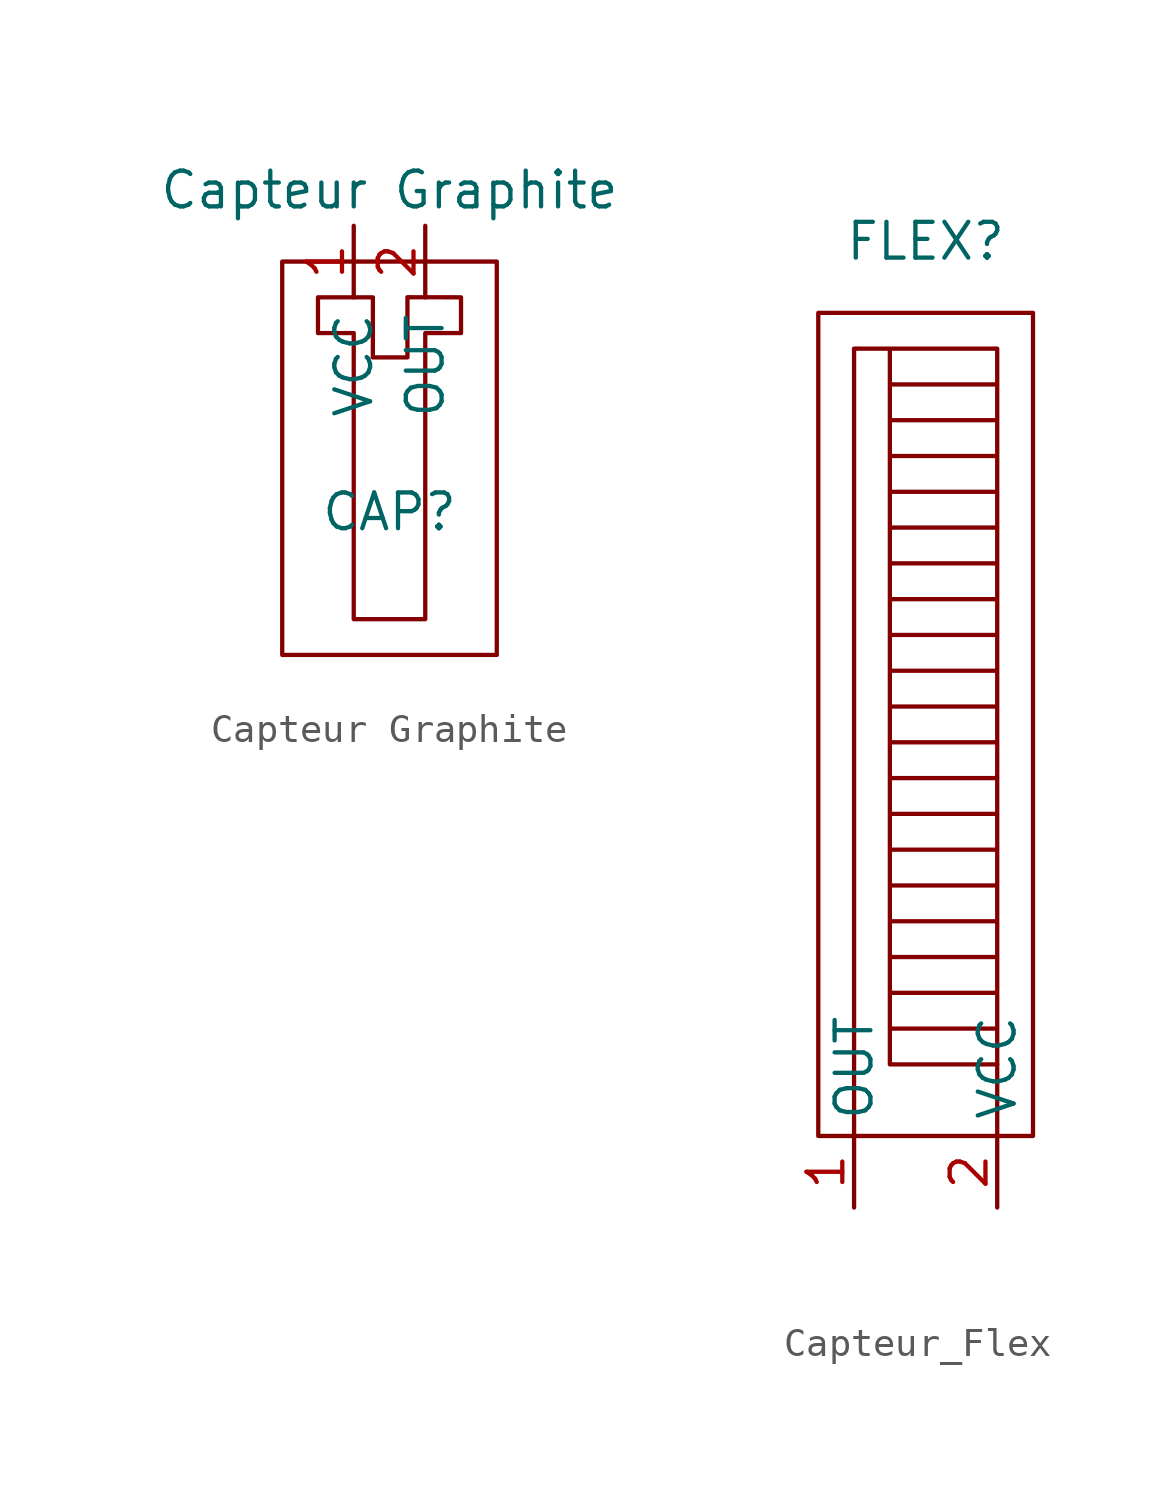
<source format=kicad_sym>
(kicad_symbol_lib
  (version 20220914)
  (generator kicad_symbol_editor)
  (symbol "Capteur Graphite"
    (property "Reference" "CAP"
      (at 0 -11.43 0)
      (effects (font (size 1.27 1.27))))
    (property "Value" "Capteur Graphite"
      (at 0 0 0)
      (effects (font (size 1.27 1.27))))
    (symbol "Capteur Graphite_0_1"
      (polyline (pts (xy -3.81 -2.54) (xy 3.81 -2.54) (xy 3.81 -16.51) (xy -3.81 -16.51) (xy -3.81 -2.54)) (stroke (width 0) (type default)) (fill (type none)))
      (polyline (pts (xy -2.54 -3.81) (xy -2.54 -5.08) (xy -1.27 -5.08) (xy -1.27 -15.24) (xy 1.27 -15.24) (xy 1.27 -5.08) (xy 2.54 -5.08) (xy 2.54 -3.81) (xy 0.637 -3.807) (xy 0.637 -5.944) (xy -0.591 -5.944) (xy -0.59 -3.81) (xy -2.54 -3.81)) (stroke (width 0) (type default)) (fill (type none))))
    (symbol "Capteur Graphite_1_1"
      (pin input line (at -1.27 -1.27 270) (length 2.54) (name "VCC" (effects (font (size 1.27 1.27)))) (number "1" (effects (font (size 1.27 1.27)))))
      (pin output line (at 1.27 -1.27 270) (length 2.54) (name "OUT" (effects (font (size 1.27 1.27)))) (number "2" (effects (font (size 1.27 1.27)))))))
  (symbol "Capteur_Flex"
    (property "Reference" "FLEX"
      (at 3.81 2.54 0)
      (effects (font (size 1.27 1.27))))
    (property "Value" ""
      (at 3.81 -2.54 0)
      (effects (font (size 1.27 1.27))))
    (symbol "Capteur_Flex_0_1"
      (polyline (pts (xy 6.35 -29.21) (xy 6.35 -26.67)) (stroke (width 0) (type default)) (fill (type none)))
      (polyline (pts (xy 1.27 -29.21) (xy 1.27 -1.27) (xy 6.35 -1.27) (xy 6.35 -2.54) (xy 2.54 -2.54) (xy 2.54 -3.81) (xy 6.35 -3.81) (xy 6.35 -5.08) (xy 2.54 -5.08) (xy 2.54 -6.35) (xy 6.35 -6.35) (xy 6.35 -7.62) (xy 2.54 -7.62) (xy 2.54 -8.89) (xy 6.35 -8.89) (xy 6.35 -10.16) (xy 2.54 -10.16) (xy 2.54 -11.43) (xy 6.35 -11.43) (xy 6.35 -12.7) (xy 2.54 -12.7) (xy 2.54 -13.97) (xy 6.35 -13.97) (xy 6.35 -15.24) (xy 2.54 -15.24) (xy 2.54 -16.51) (xy 6.35 -16.51) (xy 6.35 -17.78) (xy 2.54 -17.78) (xy 2.54 -20.32) (xy 6.35 -20.32) (xy 6.35 -19.05) (xy 2.54 -19.05) (xy 2.54 -21.59) (xy 6.35 -21.59) (xy 6.35 -22.86) (xy 2.54 -22.86) (xy 2.54 -24.13) (xy 6.35 -24.13) (xy 6.35 -25.4) (xy 2.54 -25.4) (xy 2.54 -26.67) (xy 3.81 -26.67) (xy 6.35 -26.67) (xy 3.81 -26.67) (xy 6.35 -26.67) (xy 6.35 -1.27) (xy 2.54 -1.27) (xy 2.54 -26.67)) (stroke (width 0) (type default)) (fill (type none)))
      (rectangle (start 0 0) (end 7.62 -29.21) (stroke (width 0) (type default)) (fill (type none))))
    (symbol "Capteur_Flex_1_1"
      (pin output line (at 1.27 -31.75 90) (length 2.54) (name "OUT" (effects (font (size 1.27 1.27)))) (number "1" (effects (font (size 1.27 1.27)))))
      (pin power_in line (at 6.35 -31.75 90) (length 2.54) (name "VCC" (effects (font (size 1.27 1.27)))) (number "2" (effects (font (size 1.27 1.27))))))))
</source>
